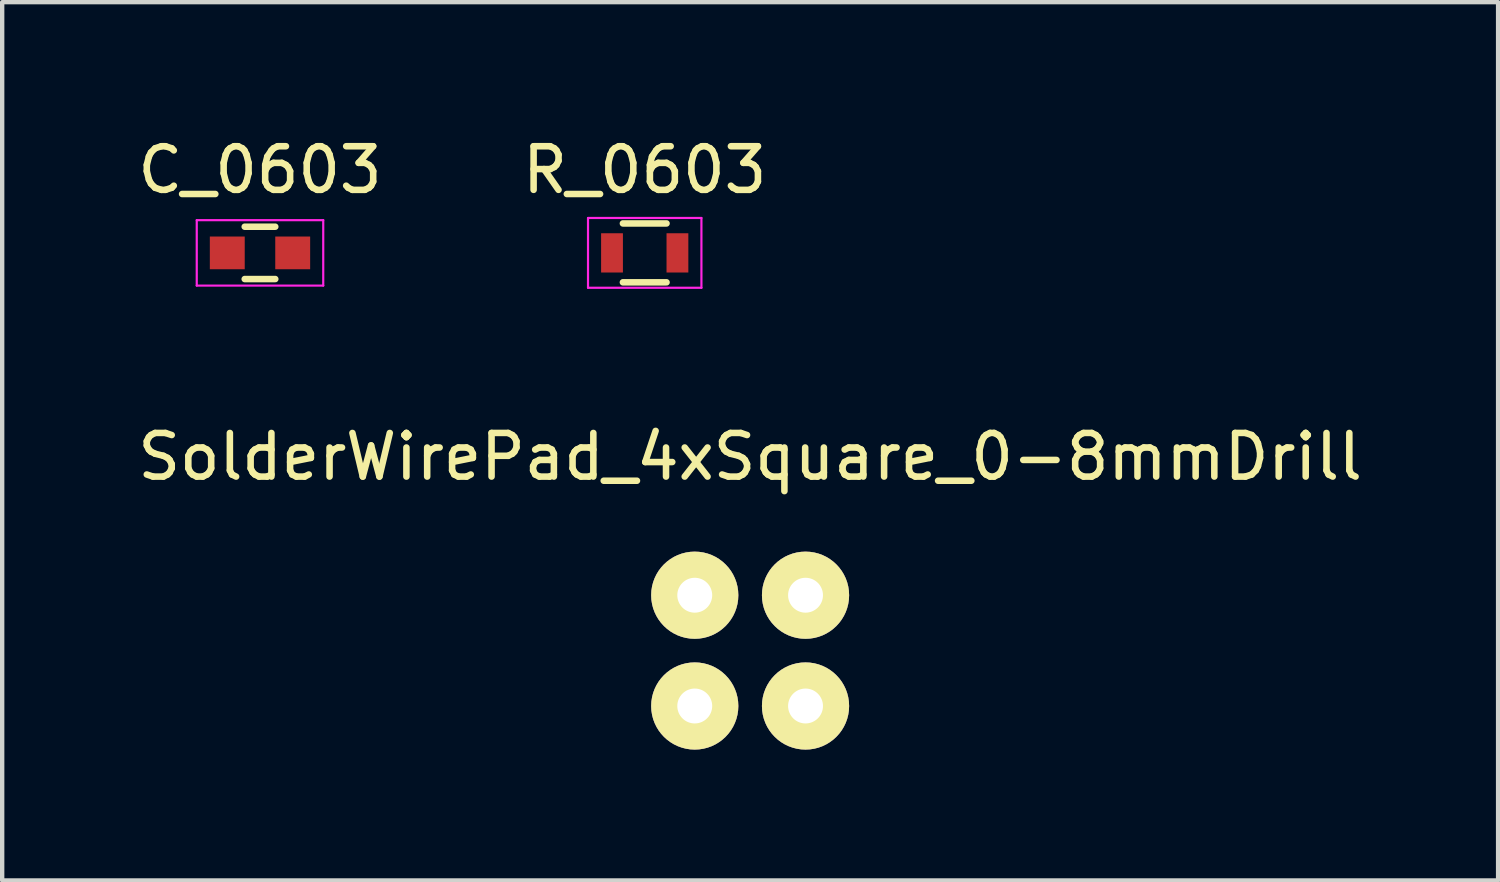
<source format=kicad_pcb>
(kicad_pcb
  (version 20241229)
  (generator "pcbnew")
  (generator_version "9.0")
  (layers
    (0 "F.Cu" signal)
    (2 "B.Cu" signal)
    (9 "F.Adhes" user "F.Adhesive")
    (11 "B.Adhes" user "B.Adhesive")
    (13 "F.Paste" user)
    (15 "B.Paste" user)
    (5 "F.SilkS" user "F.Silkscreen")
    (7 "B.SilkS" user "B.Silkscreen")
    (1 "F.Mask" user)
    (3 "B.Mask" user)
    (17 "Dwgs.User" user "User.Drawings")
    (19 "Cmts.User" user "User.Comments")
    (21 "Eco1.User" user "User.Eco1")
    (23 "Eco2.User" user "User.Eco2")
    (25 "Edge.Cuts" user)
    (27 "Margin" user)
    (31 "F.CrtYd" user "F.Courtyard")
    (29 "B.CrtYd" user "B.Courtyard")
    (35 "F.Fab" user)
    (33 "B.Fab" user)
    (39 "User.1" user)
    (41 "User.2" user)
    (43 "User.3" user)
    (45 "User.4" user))
  (footprint "R_0603"
    (layer "F.Cu")
    (at 11.732 2.748)
    (property "Reference" "R_0603" (at 0 -1.9 0) (layer "F.SilkS") (effects (font (size 1 1) (thickness 0.15))))
    (attr smd)
    (fp_line (start -0.5 -0.675) (end 0.5 -0.675) (stroke (width 0.15) (type solid)) (layer "F.SilkS"))
    (fp_line (start 0.5 0.675) (end -0.5 0.675) (stroke (width 0.15) (type solid)) (layer "F.SilkS"))
    (fp_line (start -1.3 -0.8) (end -1.3 0.8) (stroke (width 0.05) (type solid)) (layer "F.CrtYd"))
    (fp_line (start -1.3 -0.8) (end 1.3 -0.8) (stroke (width 0.05) (type solid)) (layer "F.CrtYd"))
    (fp_line (start -1.3 0.8) (end 1.3 0.8) (stroke (width 0.05) (type solid)) (layer "F.CrtYd"))
    (fp_line (start 1.3 -0.8) (end 1.3 0.8) (stroke (width 0.05) (type solid)) (layer "F.CrtYd"))
    (pad "1" smd rect (at -0.75 0) (size 0.5 0.9) (layers "F.Cu" "F.Mask" "F.Paste"))
    (pad "2" smd rect (at 0.75 0) (size 0.5 0.9) (layers "F.Cu" "F.Mask" "F.Paste")))
  (footprint "C_0603"
    (layer "F.Cu")
    (at 2.911 2.748)
    (property "Reference" "C_0603" (at 0 -1.9 0) (layer "F.SilkS") (effects (font (size 1 1) (thickness 0.15))))
    (attr smd)
    (fp_line (start -0.35 -0.6) (end 0.35 -0.6) (stroke (width 0.15) (type solid)) (layer "F.SilkS"))
    (fp_line (start 0.35 0.6) (end -0.35 0.6) (stroke (width 0.15) (type solid)) (layer "F.SilkS"))
    (fp_line (start -1.45 -0.75) (end -1.45 0.75) (stroke (width 0.05) (type solid)) (layer "F.CrtYd"))
    (fp_line (start -1.45 -0.75) (end 1.45 -0.75) (stroke (width 0.05) (type solid)) (layer "F.CrtYd"))
    (fp_line (start -1.45 0.75) (end 1.45 0.75) (stroke (width 0.05) (type solid)) (layer "F.CrtYd"))
    (fp_line (start 1.45 -0.75) (end 1.45 0.75) (stroke (width 0.05) (type solid)) (layer "F.CrtYd"))
    (pad "1" smd rect (at -0.75 0) (size 0.8 0.75) (layers "F.Cu" "F.Mask" "F.Paste"))
    (pad "2" smd rect (at 0.75 0) (size 0.8 0.75) (layers "F.Cu" "F.Mask" "F.Paste")))
  (footprint "SolderWirePad_4xSquare_0-8mmDrill"
    (layer "F.Cu")
    (at 14.149 11.867)
    (property "Reference" "SolderWirePad_4xSquare_0-8mmDrill" (at 0 -4.445 0) (layer "F.SilkS") (effects (font (size 1 1) (thickness 0.15))))
    (attr through_hole)
    (pad "1" thru_hole circle (at -1.27 -1.27) (size 1.999 1.999) (drill 0.8) (layers "*.Cu" "*.Mask" "F.SilkS"))
    (pad "2" thru_hole circle (at -1.27 1.27) (size 1.999 1.999) (drill 0.8) (layers "*.Cu" "*.Mask" "F.SilkS"))
    (pad "3" thru_hole circle (at 1.27 1.27) (size 1.999 1.999) (drill 0.8) (layers "*.Cu" "*.Mask" "F.SilkS"))
    (pad "4" thru_hole circle (at 1.27 -1.27) (size 1.999 1.999) (drill 0.8) (layers "*.Cu" "*.Mask" "F.SilkS")))
  (gr_rect
    (start -3 -3)
    (end 31.298 17.136)
    (stroke (width 0.1) (type default))
    (fill no)
    (layer "Edge.Cuts")))
</source>
